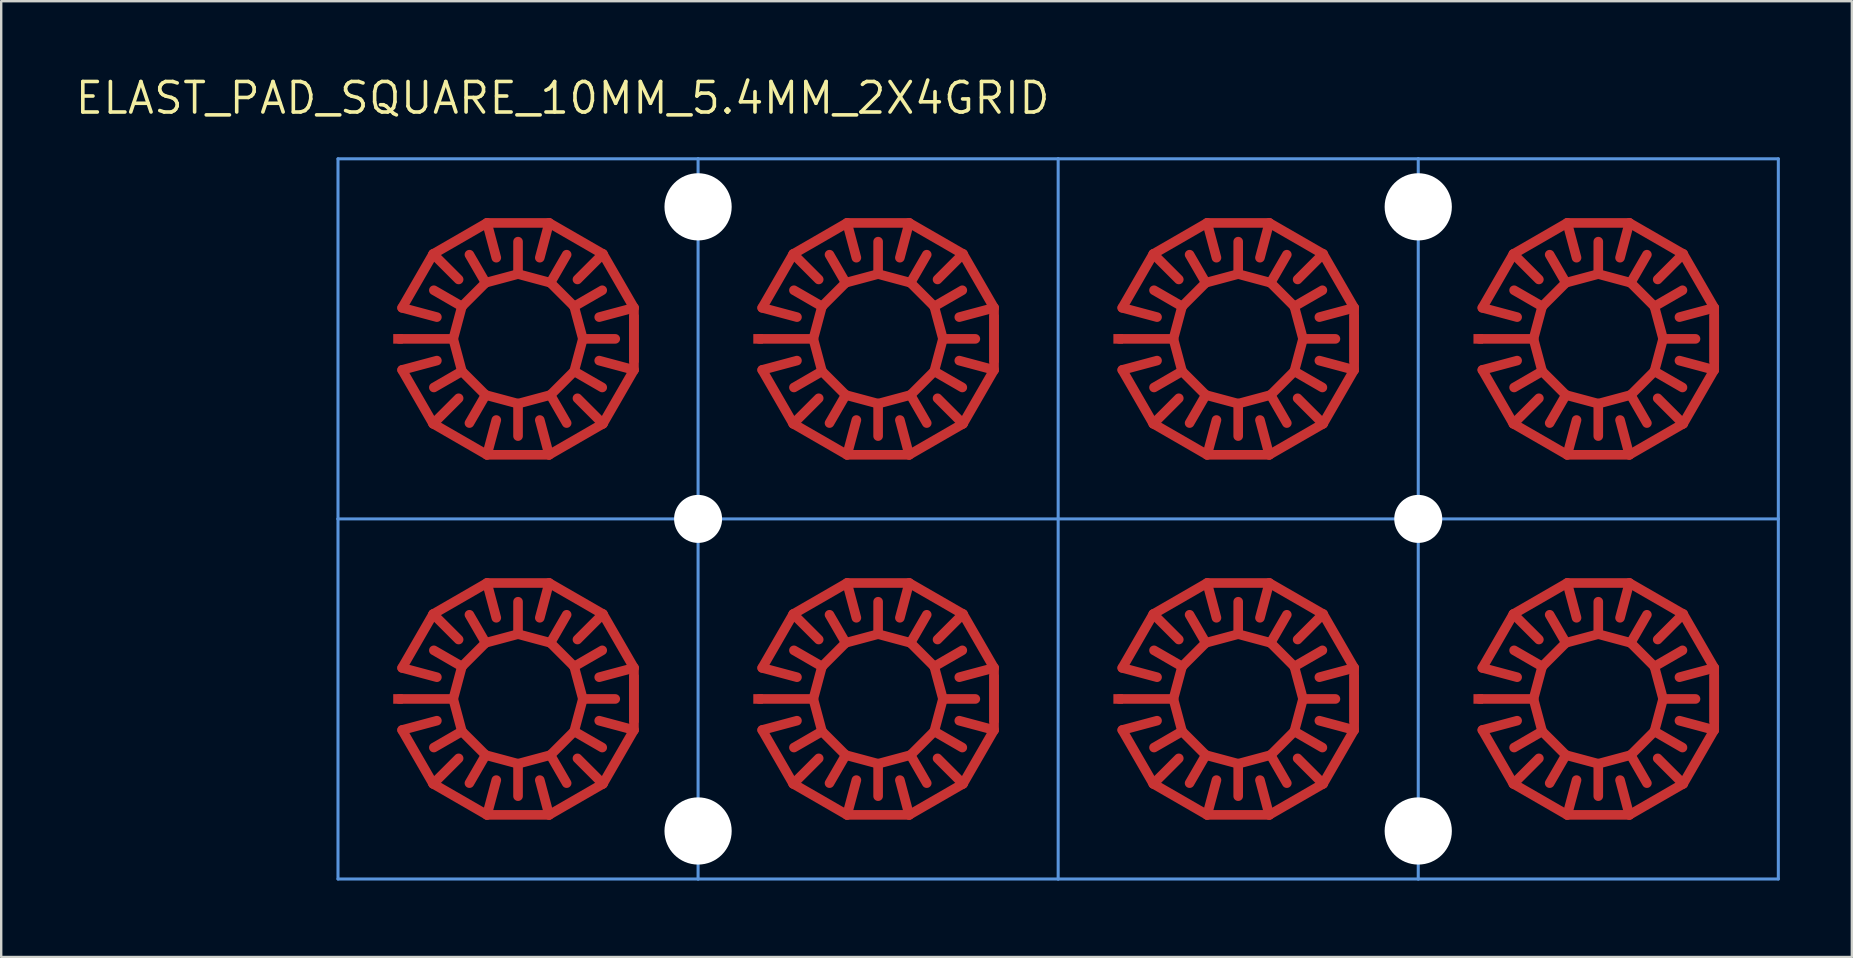
<source format=kicad_pcb>
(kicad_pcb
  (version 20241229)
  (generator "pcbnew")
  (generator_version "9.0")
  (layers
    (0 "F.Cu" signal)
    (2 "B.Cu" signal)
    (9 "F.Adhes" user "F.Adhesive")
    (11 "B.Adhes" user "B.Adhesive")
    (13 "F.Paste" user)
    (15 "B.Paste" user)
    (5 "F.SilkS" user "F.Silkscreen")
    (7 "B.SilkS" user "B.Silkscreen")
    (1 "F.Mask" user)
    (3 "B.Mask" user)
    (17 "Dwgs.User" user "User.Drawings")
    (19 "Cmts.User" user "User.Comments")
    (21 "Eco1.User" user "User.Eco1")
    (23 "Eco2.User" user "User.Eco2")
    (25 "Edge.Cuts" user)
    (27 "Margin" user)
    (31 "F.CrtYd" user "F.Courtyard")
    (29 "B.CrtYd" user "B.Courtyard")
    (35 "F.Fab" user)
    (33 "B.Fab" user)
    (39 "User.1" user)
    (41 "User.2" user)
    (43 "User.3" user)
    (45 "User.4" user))
  (footprint "ELAST_PAD_SQUARE_10MM_5.4MM_2X4GRID"
    (layer "F.Cu")
    (at 41.03 33.566)
    (property "Reference" "ELAST_PAD_SQUARE_10MM_5.4MM_2X4GRID" (at -0.254 -33.274 180) (layer "F.SilkS") (effects (font (size 1.27 1.27) (thickness 0.15)) (justify right top)))
    (attr through_hole)
    (fp_line (start -27.33 -21.206) (end -26.036 -18.964) (stroke (width 0.4) (type solid)) (layer "F.Cu"))
    (fp_line (start -27.33 -6.206) (end -26.036 -3.964) (stroke (width 0.4) (type solid)) (layer "F.Cu"))
    (fp_line (start -26.036 -26.036) (end -27.33 -23.794) (stroke (width 0.4) (type solid)) (layer "F.Cu"))
    (fp_line (start -26.036 -18.964) (end -23.794 -17.67) (stroke (width 0.4) (type solid)) (layer "F.Cu"))
    (fp_line (start -26.036 -11.036) (end -27.33 -8.794) (stroke (width 0.4) (type solid)) (layer "F.Cu"))
    (fp_line (start -26.036 -3.964) (end -23.794 -2.67) (stroke (width 0.4) (type solid)) (layer "F.Cu"))
    (fp_line (start -25.881 -23.406) (end -27.33 -23.794) (stroke (width 0.4) (type solid)) (layer "F.Cu"))
    (fp_line (start -25.881 -21.594) (end -27.33 -21.206) (stroke (width 0.4) (type solid)) (layer "F.Cu"))
    (fp_line (start -25.881 -8.406) (end -27.33 -8.794) (stroke (width 0.4) (type solid)) (layer "F.Cu"))
    (fp_line (start -25.881 -6.594) (end -27.33 -6.206) (stroke (width 0.4) (type solid)) (layer "F.Cu"))
    (fp_line (start -25.2 -22.5) (end -27.45 -22.5) (stroke (width 0.4) (type solid)) (layer "F.Cu"))
    (fp_line (start -25.2 -22.5) (end -24.838 -21.15) (stroke (width 0.4) (type solid)) (layer "F.Cu"))
    (fp_line (start -25.2 -7.5) (end -27.45 -7.5) (stroke (width 0.4) (type solid)) (layer "F.Cu"))
    (fp_line (start -25.2 -7.5) (end -24.838 -6.15) (stroke (width 0.4) (type solid)) (layer "F.Cu"))
    (fp_line (start -24.975 -24.975) (end -26.036 -26.036) (stroke (width 0.4) (type solid)) (layer "F.Cu"))
    (fp_line (start -24.975 -20.025) (end -26.036 -18.964) (stroke (width 0.4) (type solid)) (layer "F.Cu"))
    (fp_line (start -24.975 -9.975) (end -26.036 -11.036) (stroke (width 0.4) (type solid)) (layer "F.Cu"))
    (fp_line (start -24.975 -5.025) (end -26.036 -3.964) (stroke (width 0.4) (type solid)) (layer "F.Cu"))
    (fp_line (start -24.838 -23.85) (end -26.007 -24.525) (stroke (width 0.4) (type solid)) (layer "F.Cu"))
    (fp_line (start -24.838 -23.85) (end -25.2 -22.5) (stroke (width 0.4) (type solid)) (layer "F.Cu"))
    (fp_line (start -24.838 -21.15) (end -26.007 -20.475) (stroke (width 0.4) (type solid)) (layer "F.Cu"))
    (fp_line (start -24.838 -21.15) (end -23.85 -20.162) (stroke (width 0.4) (type solid)) (layer "F.Cu"))
    (fp_line (start -24.838 -8.85) (end -26.007 -9.525) (stroke (width 0.4) (type solid)) (layer "F.Cu"))
    (fp_line (start -24.838 -8.85) (end -25.2 -7.5) (stroke (width 0.4) (type solid)) (layer "F.Cu"))
    (fp_line (start -24.838 -6.15) (end -26.007 -5.475) (stroke (width 0.4) (type solid)) (layer "F.Cu"))
    (fp_line (start -24.838 -6.15) (end -23.85 -5.162) (stroke (width 0.4) (type solid)) (layer "F.Cu"))
    (fp_line (start -23.85 -24.838) (end -24.838 -23.85) (stroke (width 0.4) (type solid)) (layer "F.Cu"))
    (fp_line (start -23.85 -24.838) (end -24.525 -26.007) (stroke (width 0.4) (type solid)) (layer "F.Cu"))
    (fp_line (start -23.85 -20.162) (end -24.525 -18.993) (stroke (width 0.4) (type solid)) (layer "F.Cu"))
    (fp_line (start -23.85 -20.162) (end -22.5 -19.8) (stroke (width 0.4) (type solid)) (layer "F.Cu"))
    (fp_line (start -23.85 -9.838) (end -24.838 -8.85) (stroke (width 0.4) (type solid)) (layer "F.Cu"))
    (fp_line (start -23.85 -9.838) (end -24.525 -11.007) (stroke (width 0.4) (type solid)) (layer "F.Cu"))
    (fp_line (start -23.85 -5.162) (end -24.525 -3.993) (stroke (width 0.4) (type solid)) (layer "F.Cu"))
    (fp_line (start -23.85 -5.162) (end -22.5 -4.8) (stroke (width 0.4) (type solid)) (layer "F.Cu"))
    (fp_line (start -23.794 -27.33) (end -26.036 -26.036) (stroke (width 0.4) (type solid)) (layer "F.Cu"))
    (fp_line (start -23.794 -17.67) (end -21.206 -17.67) (stroke (width 0.4) (type solid)) (layer "F.Cu"))
    (fp_line (start -23.794 -12.33) (end -26.036 -11.036) (stroke (width 0.4) (type solid)) (layer "F.Cu"))
    (fp_line (start -23.794 -2.67) (end -21.206 -2.67) (stroke (width 0.4) (type solid)) (layer "F.Cu"))
    (fp_line (start -23.406 -25.881) (end -23.794 -27.33) (stroke (width 0.4) (type solid)) (layer "F.Cu"))
    (fp_line (start -23.406 -19.119) (end -23.794 -17.67) (stroke (width 0.4) (type solid)) (layer "F.Cu"))
    (fp_line (start -23.406 -10.881) (end -23.794 -12.33) (stroke (width 0.4) (type solid)) (layer "F.Cu"))
    (fp_line (start -23.406 -4.119) (end -23.794 -2.67) (stroke (width 0.4) (type solid)) (layer "F.Cu"))
    (fp_line (start -22.5 -25.2) (end -23.85 -24.838) (stroke (width 0.4) (type solid)) (layer "F.Cu"))
    (fp_line (start -22.5 -25.2) (end -22.5 -26.55) (stroke (width 0.4) (type solid)) (layer "F.Cu"))
    (fp_line (start -22.5 -19.8) (end -22.5 -18.45) (stroke (width 0.4) (type solid)) (layer "F.Cu"))
    (fp_line (start -22.5 -19.8) (end -21.15 -20.162) (stroke (width 0.4) (type solid)) (layer "F.Cu"))
    (fp_line (start -22.5 -10.2) (end -23.85 -9.838) (stroke (width 0.4) (type solid)) (layer "F.Cu"))
    (fp_line (start -22.5 -10.2) (end -22.5 -11.55) (stroke (width 0.4) (type solid)) (layer "F.Cu"))
    (fp_line (start -22.5 -4.8) (end -22.5 -3.45) (stroke (width 0.4) (type solid)) (layer "F.Cu"))
    (fp_line (start -22.5 -4.8) (end -21.15 -5.162) (stroke (width 0.4) (type solid)) (layer "F.Cu"))
    (fp_line (start -21.594 -25.881) (end -21.206 -27.33) (stroke (width 0.4) (type solid)) (layer "F.Cu"))
    (fp_line (start -21.594 -19.119) (end -21.206 -17.67) (stroke (width 0.4) (type solid)) (layer "F.Cu"))
    (fp_line (start -21.594 -10.881) (end -21.206 -12.33) (stroke (width 0.4) (type solid)) (layer "F.Cu"))
    (fp_line (start -21.594 -4.119) (end -21.206 -2.67) (stroke (width 0.4) (type solid)) (layer "F.Cu"))
    (fp_line (start -21.206 -27.33) (end -23.794 -27.33) (stroke (width 0.4) (type solid)) (layer "F.Cu"))
    (fp_line (start -21.206 -17.67) (end -18.964 -18.964) (stroke (width 0.4) (type solid)) (layer "F.Cu"))
    (fp_line (start -21.206 -12.33) (end -23.794 -12.33) (stroke (width 0.4) (type solid)) (layer "F.Cu"))
    (fp_line (start -21.206 -2.67) (end -18.964 -3.964) (stroke (width 0.4) (type solid)) (layer "F.Cu"))
    (fp_line (start -21.15 -24.838) (end -22.5 -25.2) (stroke (width 0.4) (type solid)) (layer "F.Cu"))
    (fp_line (start -21.15 -24.838) (end -20.475 -26.007) (stroke (width 0.4) (type solid)) (layer "F.Cu"))
    (fp_line (start -21.15 -20.162) (end -20.475 -18.993) (stroke (width 0.4) (type solid)) (layer "F.Cu"))
    (fp_line (start -21.15 -20.162) (end -20.162 -21.15) (stroke (width 0.4) (type solid)) (layer "F.Cu"))
    (fp_line (start -21.15 -9.838) (end -22.5 -10.2) (stroke (width 0.4) (type solid)) (layer "F.Cu"))
    (fp_line (start -21.15 -9.838) (end -20.475 -11.007) (stroke (width 0.4) (type solid)) (layer "F.Cu"))
    (fp_line (start -21.15 -5.162) (end -20.475 -3.993) (stroke (width 0.4) (type solid)) (layer "F.Cu"))
    (fp_line (start -21.15 -5.162) (end -20.162 -6.15) (stroke (width 0.4) (type solid)) (layer "F.Cu"))
    (fp_line (start -20.162 -23.85) (end -21.15 -24.838) (stroke (width 0.4) (type solid)) (layer "F.Cu"))
    (fp_line (start -20.162 -23.85) (end -18.993 -24.525) (stroke (width 0.4) (type solid)) (layer "F.Cu"))
    (fp_line (start -20.162 -21.15) (end -19.8 -22.5) (stroke (width 0.4) (type solid)) (layer "F.Cu"))
    (fp_line (start -20.162 -21.15) (end -18.993 -20.475) (stroke (width 0.4) (type solid)) (layer "F.Cu"))
    (fp_line (start -20.162 -8.85) (end -21.15 -9.838) (stroke (width 0.4) (type solid)) (layer "F.Cu"))
    (fp_line (start -20.162 -8.85) (end -18.993 -9.525) (stroke (width 0.4) (type solid)) (layer "F.Cu"))
    (fp_line (start -20.162 -6.15) (end -19.8 -7.5) (stroke (width 0.4) (type solid)) (layer "F.Cu"))
    (fp_line (start -20.162 -6.15) (end -18.993 -5.475) (stroke (width 0.4) (type solid)) (layer "F.Cu"))
    (fp_line (start -20.025 -24.975) (end -18.964 -26.036) (stroke (width 0.4) (type solid)) (layer "F.Cu"))
    (fp_line (start -20.025 -20.025) (end -18.964 -18.964) (stroke (width 0.4) (type solid)) (layer "F.Cu"))
    (fp_line (start -20.025 -9.975) (end -18.964 -11.036) (stroke (width 0.4) (type solid)) (layer "F.Cu"))
    (fp_line (start -20.025 -5.025) (end -18.964 -3.964) (stroke (width 0.4) (type solid)) (layer "F.Cu"))
    (fp_line (start -19.8 -22.5) (end -20.162 -23.85) (stroke (width 0.4) (type solid)) (layer "F.Cu"))
    (fp_line (start -19.8 -22.5) (end -18.45 -22.5) (stroke (width 0.4) (type solid)) (layer "F.Cu"))
    (fp_line (start -19.8 -7.5) (end -20.162 -8.85) (stroke (width 0.4) (type solid)) (layer "F.Cu"))
    (fp_line (start -19.8 -7.5) (end -18.45 -7.5) (stroke (width 0.4) (type solid)) (layer "F.Cu"))
    (fp_line (start -19.119 -23.406) (end -17.67 -23.794) (stroke (width 0.4) (type solid)) (layer "F.Cu"))
    (fp_line (start -19.119 -21.594) (end -17.67 -21.206) (stroke (width 0.4) (type solid)) (layer "F.Cu"))
    (fp_line (start -19.119 -8.406) (end -17.67 -8.794) (stroke (width 0.4) (type solid)) (layer "F.Cu"))
    (fp_line (start -19.119 -6.594) (end -17.67 -6.206) (stroke (width 0.4) (type solid)) (layer "F.Cu"))
    (fp_line (start -18.964 -26.036) (end -21.206 -27.33) (stroke (width 0.4) (type solid)) (layer "F.Cu"))
    (fp_line (start -18.964 -18.964) (end -17.67 -21.206) (stroke (width 0.4) (type solid)) (layer "F.Cu"))
    (fp_line (start -18.964 -11.036) (end -21.206 -12.33) (stroke (width 0.4) (type solid)) (layer "F.Cu"))
    (fp_line (start -18.964 -3.964) (end -17.67 -6.206) (stroke (width 0.4) (type solid)) (layer "F.Cu"))
    (fp_line (start -17.67 -23.794) (end -18.964 -26.036) (stroke (width 0.4) (type solid)) (layer "F.Cu"))
    (fp_line (start -17.67 -21.206) (end -17.67 -23.794) (stroke (width 0.4) (type solid)) (layer "F.Cu"))
    (fp_line (start -17.67 -8.794) (end -18.964 -11.036) (stroke (width 0.4) (type solid)) (layer "F.Cu"))
    (fp_line (start -17.67 -6.206) (end -17.67 -8.794) (stroke (width 0.4) (type solid)) (layer "F.Cu"))
    (fp_line (start -12.33 -21.206) (end -11.036 -18.964) (stroke (width 0.4) (type solid)) (layer "F.Cu"))
    (fp_line (start -12.33 -6.206) (end -11.036 -3.964) (stroke (width 0.4) (type solid)) (layer "F.Cu"))
    (fp_line (start -11.036 -26.036) (end -12.33 -23.794) (stroke (width 0.4) (type solid)) (layer "F.Cu"))
    (fp_line (start -11.036 -18.964) (end -8.794 -17.67) (stroke (width 0.4) (type solid)) (layer "F.Cu"))
    (fp_line (start -11.036 -11.036) (end -12.33 -8.794) (stroke (width 0.4) (type solid)) (layer "F.Cu"))
    (fp_line (start -11.036 -3.964) (end -8.794 -2.67) (stroke (width 0.4) (type solid)) (layer "F.Cu"))
    (fp_line (start -10.881 -23.406) (end -12.33 -23.794) (stroke (width 0.4) (type solid)) (layer "F.Cu"))
    (fp_line (start -10.881 -21.594) (end -12.33 -21.206) (stroke (width 0.4) (type solid)) (layer "F.Cu"))
    (fp_line (start -10.881 -8.406) (end -12.33 -8.794) (stroke (width 0.4) (type solid)) (layer "F.Cu"))
    (fp_line (start -10.881 -6.594) (end -12.33 -6.206) (stroke (width 0.4) (type solid)) (layer "F.Cu"))
    (fp_line (start -10.2 -22.5) (end -12.45 -22.5) (stroke (width 0.4) (type solid)) (layer "F.Cu"))
    (fp_line (start -10.2 -22.5) (end -9.838 -21.15) (stroke (width 0.4) (type solid)) (layer "F.Cu"))
    (fp_line (start -10.2 -7.5) (end -12.45 -7.5) (stroke (width 0.4) (type solid)) (layer "F.Cu"))
    (fp_line (start -10.2 -7.5) (end -9.838 -6.15) (stroke (width 0.4) (type solid)) (layer "F.Cu"))
    (fp_line (start -9.975 -24.975) (end -11.036 -26.036) (stroke (width 0.4) (type solid)) (layer "F.Cu"))
    (fp_line (start -9.975 -20.025) (end -11.036 -18.964) (stroke (width 0.4) (type solid)) (layer "F.Cu"))
    (fp_line (start -9.975 -9.975) (end -11.036 -11.036) (stroke (width 0.4) (type solid)) (layer "F.Cu"))
    (fp_line (start -9.975 -5.025) (end -11.036 -3.964) (stroke (width 0.4) (type solid)) (layer "F.Cu"))
    (fp_line (start -9.838 -23.85) (end -11.007 -24.525) (stroke (width 0.4) (type solid)) (layer "F.Cu"))
    (fp_line (start -9.838 -23.85) (end -10.2 -22.5) (stroke (width 0.4) (type solid)) (layer "F.Cu"))
    (fp_line (start -9.838 -21.15) (end -11.007 -20.475) (stroke (width 0.4) (type solid)) (layer "F.Cu"))
    (fp_line (start -9.838 -21.15) (end -8.85 -20.162) (stroke (width 0.4) (type solid)) (layer "F.Cu"))
    (fp_line (start -9.838 -8.85) (end -11.007 -9.525) (stroke (width 0.4) (type solid)) (layer "F.Cu"))
    (fp_line (start -9.838 -8.85) (end -10.2 -7.5) (stroke (width 0.4) (type solid)) (layer "F.Cu"))
    (fp_line (start -9.838 -6.15) (end -11.007 -5.475) (stroke (width 0.4) (type solid)) (layer "F.Cu"))
    (fp_line (start -9.838 -6.15) (end -8.85 -5.162) (stroke (width 0.4) (type solid)) (layer "F.Cu"))
    (fp_line (start -8.85 -24.838) (end -9.838 -23.85) (stroke (width 0.4) (type solid)) (layer "F.Cu"))
    (fp_line (start -8.85 -24.838) (end -9.525 -26.007) (stroke (width 0.4) (type solid)) (layer "F.Cu"))
    (fp_line (start -8.85 -20.162) (end -9.525 -18.993) (stroke (width 0.4) (type solid)) (layer "F.Cu"))
    (fp_line (start -8.85 -20.162) (end -7.5 -19.8) (stroke (width 0.4) (type solid)) (layer "F.Cu"))
    (fp_line (start -8.85 -9.838) (end -9.838 -8.85) (stroke (width 0.4) (type solid)) (layer "F.Cu"))
    (fp_line (start -8.85 -9.838) (end -9.525 -11.007) (stroke (width 0.4) (type solid)) (layer "F.Cu"))
    (fp_line (start -8.85 -5.162) (end -9.525 -3.993) (stroke (width 0.4) (type solid)) (layer "F.Cu"))
    (fp_line (start -8.85 -5.162) (end -7.5 -4.8) (stroke (width 0.4) (type solid)) (layer "F.Cu"))
    (fp_line (start -8.794 -27.33) (end -11.036 -26.036) (stroke (width 0.4) (type solid)) (layer "F.Cu"))
    (fp_line (start -8.794 -17.67) (end -6.206 -17.67) (stroke (width 0.4) (type solid)) (layer "F.Cu"))
    (fp_line (start -8.794 -12.33) (end -11.036 -11.036) (stroke (width 0.4) (type solid)) (layer "F.Cu"))
    (fp_line (start -8.794 -2.67) (end -6.206 -2.67) (stroke (width 0.4) (type solid)) (layer "F.Cu"))
    (fp_line (start -8.406 -25.881) (end -8.794 -27.33) (stroke (width 0.4) (type solid)) (layer "F.Cu"))
    (fp_line (start -8.406 -19.119) (end -8.794 -17.67) (stroke (width 0.4) (type solid)) (layer "F.Cu"))
    (fp_line (start -8.406 -10.881) (end -8.794 -12.33) (stroke (width 0.4) (type solid)) (layer "F.Cu"))
    (fp_line (start -8.406 -4.119) (end -8.794 -2.67) (stroke (width 0.4) (type solid)) (layer "F.Cu"))
    (fp_line (start -7.5 -25.2) (end -8.85 -24.838) (stroke (width 0.4) (type solid)) (layer "F.Cu"))
    (fp_line (start -7.5 -25.2) (end -7.5 -26.55) (stroke (width 0.4) (type solid)) (layer "F.Cu"))
    (fp_line (start -7.5 -19.8) (end -7.5 -18.45) (stroke (width 0.4) (type solid)) (layer "F.Cu"))
    (fp_line (start -7.5 -19.8) (end -6.15 -20.162) (stroke (width 0.4) (type solid)) (layer "F.Cu"))
    (fp_line (start -7.5 -10.2) (end -8.85 -9.838) (stroke (width 0.4) (type solid)) (layer "F.Cu"))
    (fp_line (start -7.5 -10.2) (end -7.5 -11.55) (stroke (width 0.4) (type solid)) (layer "F.Cu"))
    (fp_line (start -7.5 -4.8) (end -7.5 -3.45) (stroke (width 0.4) (type solid)) (layer "F.Cu"))
    (fp_line (start -7.5 -4.8) (end -6.15 -5.162) (stroke (width 0.4) (type solid)) (layer "F.Cu"))
    (fp_line (start -6.594 -25.881) (end -6.206 -27.33) (stroke (width 0.4) (type solid)) (layer "F.Cu"))
    (fp_line (start -6.594 -19.119) (end -6.206 -17.67) (stroke (width 0.4) (type solid)) (layer "F.Cu"))
    (fp_line (start -6.594 -10.881) (end -6.206 -12.33) (stroke (width 0.4) (type solid)) (layer "F.Cu"))
    (fp_line (start -6.594 -4.119) (end -6.206 -2.67) (stroke (width 0.4) (type solid)) (layer "F.Cu"))
    (fp_line (start -6.206 -27.33) (end -8.794 -27.33) (stroke (width 0.4) (type solid)) (layer "F.Cu"))
    (fp_line (start -6.206 -17.67) (end -3.964 -18.964) (stroke (width 0.4) (type solid)) (layer "F.Cu"))
    (fp_line (start -6.206 -12.33) (end -8.794 -12.33) (stroke (width 0.4) (type solid)) (layer "F.Cu"))
    (fp_line (start -6.206 -2.67) (end -3.964 -3.964) (stroke (width 0.4) (type solid)) (layer "F.Cu"))
    (fp_line (start -6.15 -24.838) (end -7.5 -25.2) (stroke (width 0.4) (type solid)) (layer "F.Cu"))
    (fp_line (start -6.15 -24.838) (end -5.475 -26.007) (stroke (width 0.4) (type solid)) (layer "F.Cu"))
    (fp_line (start -6.15 -20.162) (end -5.475 -18.993) (stroke (width 0.4) (type solid)) (layer "F.Cu"))
    (fp_line (start -6.15 -20.162) (end -5.162 -21.15) (stroke (width 0.4) (type solid)) (layer "F.Cu"))
    (fp_line (start -6.15 -9.838) (end -7.5 -10.2) (stroke (width 0.4) (type solid)) (layer "F.Cu"))
    (fp_line (start -6.15 -9.838) (end -5.475 -11.007) (stroke (width 0.4) (type solid)) (layer "F.Cu"))
    (fp_line (start -6.15 -5.162) (end -5.475 -3.993) (stroke (width 0.4) (type solid)) (layer "F.Cu"))
    (fp_line (start -6.15 -5.162) (end -5.162 -6.15) (stroke (width 0.4) (type solid)) (layer "F.Cu"))
    (fp_line (start -5.162 -23.85) (end -6.15 -24.838) (stroke (width 0.4) (type solid)) (layer "F.Cu"))
    (fp_line (start -5.162 -23.85) (end -3.993 -24.525) (stroke (width 0.4) (type solid)) (layer "F.Cu"))
    (fp_line (start -5.162 -21.15) (end -4.8 -22.5) (stroke (width 0.4) (type solid)) (layer "F.Cu"))
    (fp_line (start -5.162 -21.15) (end -3.993 -20.475) (stroke (width 0.4) (type solid)) (layer "F.Cu"))
    (fp_line (start -5.162 -8.85) (end -6.15 -9.838) (stroke (width 0.4) (type solid)) (layer "F.Cu"))
    (fp_line (start -5.162 -8.85) (end -3.993 -9.525) (stroke (width 0.4) (type solid)) (layer "F.Cu"))
    (fp_line (start -5.162 -6.15) (end -4.8 -7.5) (stroke (width 0.4) (type solid)) (layer "F.Cu"))
    (fp_line (start -5.162 -6.15) (end -3.993 -5.475) (stroke (width 0.4) (type solid)) (layer "F.Cu"))
    (fp_line (start -5.025 -24.975) (end -3.964 -26.036) (stroke (width 0.4) (type solid)) (layer "F.Cu"))
    (fp_line (start -5.025 -20.025) (end -3.964 -18.964) (stroke (width 0.4) (type solid)) (layer "F.Cu"))
    (fp_line (start -5.025 -9.975) (end -3.964 -11.036) (stroke (width 0.4) (type solid)) (layer "F.Cu"))
    (fp_line (start -5.025 -5.025) (end -3.964 -3.964) (stroke (width 0.4) (type solid)) (layer "F.Cu"))
    (fp_line (start -4.8 -22.5) (end -5.162 -23.85) (stroke (width 0.4) (type solid)) (layer "F.Cu"))
    (fp_line (start -4.8 -22.5) (end -3.45 -22.5) (stroke (width 0.4) (type solid)) (layer "F.Cu"))
    (fp_line (start -4.8 -7.5) (end -5.162 -8.85) (stroke (width 0.4) (type solid)) (layer "F.Cu"))
    (fp_line (start -4.8 -7.5) (end -3.45 -7.5) (stroke (width 0.4) (type solid)) (layer "F.Cu"))
    (fp_line (start -4.119 -23.406) (end -2.67 -23.794) (stroke (width 0.4) (type solid)) (layer "F.Cu"))
    (fp_line (start -4.119 -21.594) (end -2.67 -21.206) (stroke (width 0.4) (type solid)) (layer "F.Cu"))
    (fp_line (start -4.119 -8.406) (end -2.67 -8.794) (stroke (width 0.4) (type solid)) (layer "F.Cu"))
    (fp_line (start -4.119 -6.594) (end -2.67 -6.206) (stroke (width 0.4) (type solid)) (layer "F.Cu"))
    (fp_line (start -3.964 -26.036) (end -6.206 -27.33) (stroke (width 0.4) (type solid)) (layer "F.Cu"))
    (fp_line (start -3.964 -18.964) (end -2.67 -21.206) (stroke (width 0.4) (type solid)) (layer "F.Cu"))
    (fp_line (start -3.964 -11.036) (end -6.206 -12.33) (stroke (width 0.4) (type solid)) (layer "F.Cu"))
    (fp_line (start -3.964 -3.964) (end -2.67 -6.206) (stroke (width 0.4) (type solid)) (layer "F.Cu"))
    (fp_line (start -2.67 -23.794) (end -3.964 -26.036) (stroke (width 0.4) (type solid)) (layer "F.Cu"))
    (fp_line (start -2.67 -21.206) (end -2.67 -23.794) (stroke (width 0.4) (type solid)) (layer "F.Cu"))
    (fp_line (start -2.67 -8.794) (end -3.964 -11.036) (stroke (width 0.4) (type solid)) (layer "F.Cu"))
    (fp_line (start -2.67 -6.206) (end -2.67 -8.794) (stroke (width 0.4) (type solid)) (layer "F.Cu"))
    (fp_line (start 2.67 -21.206) (end 3.964 -18.964) (stroke (width 0.4) (type solid)) (layer "F.Cu"))
    (fp_line (start 2.67 -6.206) (end 3.964 -3.964) (stroke (width 0.4) (type solid)) (layer "F.Cu"))
    (fp_line (start 3.964 -26.036) (end 2.67 -23.794) (stroke (width 0.4) (type solid)) (layer "F.Cu"))
    (fp_line (start 3.964 -18.964) (end 6.206 -17.67) (stroke (width 0.4) (type solid)) (layer "F.Cu"))
    (fp_line (start 3.964 -11.036) (end 2.67 -8.794) (stroke (width 0.4) (type solid)) (layer "F.Cu"))
    (fp_line (start 3.964 -3.964) (end 6.206 -2.67) (stroke (width 0.4) (type solid)) (layer "F.Cu"))
    (fp_line (start 4.119 -23.406) (end 2.67 -23.794) (stroke (width 0.4) (type solid)) (layer "F.Cu"))
    (fp_line (start 4.119 -21.594) (end 2.67 -21.206) (stroke (width 0.4) (type solid)) (layer "F.Cu"))
    (fp_line (start 4.119 -8.406) (end 2.67 -8.794) (stroke (width 0.4) (type solid)) (layer "F.Cu"))
    (fp_line (start 4.119 -6.594) (end 2.67 -6.206) (stroke (width 0.4) (type solid)) (layer "F.Cu"))
    (fp_line (start 4.8 -22.5) (end 2.55 -22.5) (stroke (width 0.4) (type solid)) (layer "F.Cu"))
    (fp_line (start 4.8 -22.5) (end 5.162 -21.15) (stroke (width 0.4) (type solid)) (layer "F.Cu"))
    (fp_line (start 4.8 -7.5) (end 2.55 -7.5) (stroke (width 0.4) (type solid)) (layer "F.Cu"))
    (fp_line (start 4.8 -7.5) (end 5.162 -6.15) (stroke (width 0.4) (type solid)) (layer "F.Cu"))
    (fp_line (start 5.025 -24.975) (end 3.964 -26.036) (stroke (width 0.4) (type solid)) (layer "F.Cu"))
    (fp_line (start 5.025 -20.025) (end 3.964 -18.964) (stroke (width 0.4) (type solid)) (layer "F.Cu"))
    (fp_line (start 5.025 -9.975) (end 3.964 -11.036) (stroke (width 0.4) (type solid)) (layer "F.Cu"))
    (fp_line (start 5.025 -5.025) (end 3.964 -3.964) (stroke (width 0.4) (type solid)) (layer "F.Cu"))
    (fp_line (start 5.162 -23.85) (end 3.993 -24.525) (stroke (width 0.4) (type solid)) (layer "F.Cu"))
    (fp_line (start 5.162 -23.85) (end 4.8 -22.5) (stroke (width 0.4) (type solid)) (layer "F.Cu"))
    (fp_line (start 5.162 -21.15) (end 3.993 -20.475) (stroke (width 0.4) (type solid)) (layer "F.Cu"))
    (fp_line (start 5.162 -21.15) (end 6.15 -20.162) (stroke (width 0.4) (type solid)) (layer "F.Cu"))
    (fp_line (start 5.162 -8.85) (end 3.993 -9.525) (stroke (width 0.4) (type solid)) (layer "F.Cu"))
    (fp_line (start 5.162 -8.85) (end 4.8 -7.5) (stroke (width 0.4) (type solid)) (layer "F.Cu"))
    (fp_line (start 5.162 -6.15) (end 3.993 -5.475) (stroke (width 0.4) (type solid)) (layer "F.Cu"))
    (fp_line (start 5.162 -6.15) (end 6.15 -5.162) (stroke (width 0.4) (type solid)) (layer "F.Cu"))
    (fp_line (start 6.15 -24.838) (end 5.162 -23.85) (stroke (width 0.4) (type solid)) (layer "F.Cu"))
    (fp_line (start 6.15 -24.838) (end 5.475 -26.007) (stroke (width 0.4) (type solid)) (layer "F.Cu"))
    (fp_line (start 6.15 -20.162) (end 5.475 -18.993) (stroke (width 0.4) (type solid)) (layer "F.Cu"))
    (fp_line (start 6.15 -20.162) (end 7.5 -19.8) (stroke (width 0.4) (type solid)) (layer "F.Cu"))
    (fp_line (start 6.15 -9.838) (end 5.162 -8.85) (stroke (width 0.4) (type solid)) (layer "F.Cu"))
    (fp_line (start 6.15 -9.838) (end 5.475 -11.007) (stroke (width 0.4) (type solid)) (layer "F.Cu"))
    (fp_line (start 6.15 -5.162) (end 5.475 -3.993) (stroke (width 0.4) (type solid)) (layer "F.Cu"))
    (fp_line (start 6.15 -5.162) (end 7.5 -4.8) (stroke (width 0.4) (type solid)) (layer "F.Cu"))
    (fp_line (start 6.206 -27.33) (end 3.964 -26.036) (stroke (width 0.4) (type solid)) (layer "F.Cu"))
    (fp_line (start 6.206 -17.67) (end 8.794 -17.67) (stroke (width 0.4) (type solid)) (layer "F.Cu"))
    (fp_line (start 6.206 -12.33) (end 3.964 -11.036) (stroke (width 0.4) (type solid)) (layer "F.Cu"))
    (fp_line (start 6.206 -2.67) (end 8.794 -2.67) (stroke (width 0.4) (type solid)) (layer "F.Cu"))
    (fp_line (start 6.594 -25.881) (end 6.206 -27.33) (stroke (width 0.4) (type solid)) (layer "F.Cu"))
    (fp_line (start 6.594 -19.119) (end 6.206 -17.67) (stroke (width 0.4) (type solid)) (layer "F.Cu"))
    (fp_line (start 6.594 -10.881) (end 6.206 -12.33) (stroke (width 0.4) (type solid)) (layer "F.Cu"))
    (fp_line (start 6.594 -4.119) (end 6.206 -2.67) (stroke (width 0.4) (type solid)) (layer "F.Cu"))
    (fp_line (start 7.5 -25.2) (end 6.15 -24.838) (stroke (width 0.4) (type solid)) (layer "F.Cu"))
    (fp_line (start 7.5 -25.2) (end 7.5 -26.55) (stroke (width 0.4) (type solid)) (layer "F.Cu"))
    (fp_line (start 7.5 -19.8) (end 7.5 -18.45) (stroke (width 0.4) (type solid)) (layer "F.Cu"))
    (fp_line (start 7.5 -19.8) (end 8.85 -20.162) (stroke (width 0.4) (type solid)) (layer "F.Cu"))
    (fp_line (start 7.5 -10.2) (end 6.15 -9.838) (stroke (width 0.4) (type solid)) (layer "F.Cu"))
    (fp_line (start 7.5 -10.2) (end 7.5 -11.55) (stroke (width 0.4) (type solid)) (layer "F.Cu"))
    (fp_line (start 7.5 -4.8) (end 7.5 -3.45) (stroke (width 0.4) (type solid)) (layer "F.Cu"))
    (fp_line (start 7.5 -4.8) (end 8.85 -5.162) (stroke (width 0.4) (type solid)) (layer "F.Cu"))
    (fp_line (start 8.406 -25.881) (end 8.794 -27.33) (stroke (width 0.4) (type solid)) (layer "F.Cu"))
    (fp_line (start 8.406 -19.119) (end 8.794 -17.67) (stroke (width 0.4) (type solid)) (layer "F.Cu"))
    (fp_line (start 8.406 -10.881) (end 8.794 -12.33) (stroke (width 0.4) (type solid)) (layer "F.Cu"))
    (fp_line (start 8.406 -4.119) (end 8.794 -2.67) (stroke (width 0.4) (type solid)) (layer "F.Cu"))
    (fp_line (start 8.794 -27.33) (end 6.206 -27.33) (stroke (width 0.4) (type solid)) (layer "F.Cu"))
    (fp_line (start 8.794 -17.67) (end 11.036 -18.964) (stroke (width 0.4) (type solid)) (layer "F.Cu"))
    (fp_line (start 8.794 -12.33) (end 6.206 -12.33) (stroke (width 0.4) (type solid)) (layer "F.Cu"))
    (fp_line (start 8.794 -2.67) (end 11.036 -3.964) (stroke (width 0.4) (type solid)) (layer "F.Cu"))
    (fp_line (start 8.85 -24.838) (end 7.5 -25.2) (stroke (width 0.4) (type solid)) (layer "F.Cu"))
    (fp_line (start 8.85 -24.838) (end 9.525 -26.007) (stroke (width 0.4) (type solid)) (layer "F.Cu"))
    (fp_line (start 8.85 -20.162) (end 9.525 -18.993) (stroke (width 0.4) (type solid)) (layer "F.Cu"))
    (fp_line (start 8.85 -20.162) (end 9.838 -21.15) (stroke (width 0.4) (type solid)) (layer "F.Cu"))
    (fp_line (start 8.85 -9.838) (end 7.5 -10.2) (stroke (width 0.4) (type solid)) (layer "F.Cu"))
    (fp_line (start 8.85 -9.838) (end 9.525 -11.007) (stroke (width 0.4) (type solid)) (layer "F.Cu"))
    (fp_line (start 8.85 -5.162) (end 9.525 -3.993) (stroke (width 0.4) (type solid)) (layer "F.Cu"))
    (fp_line (start 8.85 -5.162) (end 9.838 -6.15) (stroke (width 0.4) (type solid)) (layer "F.Cu"))
    (fp_line (start 9.838 -23.85) (end 8.85 -24.838) (stroke (width 0.4) (type solid)) (layer "F.Cu"))
    (fp_line (start 9.838 -23.85) (end 11.007 -24.525) (stroke (width 0.4) (type solid)) (layer "F.Cu"))
    (fp_line (start 9.838 -21.15) (end 10.2 -22.5) (stroke (width 0.4) (type solid)) (layer "F.Cu"))
    (fp_line (start 9.838 -21.15) (end 11.007 -20.475) (stroke (width 0.4) (type solid)) (layer "F.Cu"))
    (fp_line (start 9.838 -8.85) (end 8.85 -9.838) (stroke (width 0.4) (type solid)) (layer "F.Cu"))
    (fp_line (start 9.838 -8.85) (end 11.007 -9.525) (stroke (width 0.4) (type solid)) (layer "F.Cu"))
    (fp_line (start 9.838 -6.15) (end 10.2 -7.5) (stroke (width 0.4) (type solid)) (layer "F.Cu"))
    (fp_line (start 9.838 -6.15) (end 11.007 -5.475) (stroke (width 0.4) (type solid)) (layer "F.Cu"))
    (fp_line (start 9.975 -24.975) (end 11.036 -26.036) (stroke (width 0.4) (type solid)) (layer "F.Cu"))
    (fp_line (start 9.975 -20.025) (end 11.036 -18.964) (stroke (width 0.4) (type solid)) (layer "F.Cu"))
    (fp_line (start 9.975 -9.975) (end 11.036 -11.036) (stroke (width 0.4) (type solid)) (layer "F.Cu"))
    (fp_line (start 9.975 -5.025) (end 11.036 -3.964) (stroke (width 0.4) (type solid)) (layer "F.Cu"))
    (fp_line (start 10.2 -22.5) (end 9.838 -23.85) (stroke (width 0.4) (type solid)) (layer "F.Cu"))
    (fp_line (start 10.2 -22.5) (end 11.55 -22.5) (stroke (width 0.4) (type solid)) (layer "F.Cu"))
    (fp_line (start 10.2 -7.5) (end 9.838 -8.85) (stroke (width 0.4) (type solid)) (layer "F.Cu"))
    (fp_line (start 10.2 -7.5) (end 11.55 -7.5) (stroke (width 0.4) (type solid)) (layer "F.Cu"))
    (fp_line (start 10.881 -23.406) (end 12.33 -23.794) (stroke (width 0.4) (type solid)) (layer "F.Cu"))
    (fp_line (start 10.881 -21.594) (end 12.33 -21.206) (stroke (width 0.4) (type solid)) (layer "F.Cu"))
    (fp_line (start 10.881 -8.406) (end 12.33 -8.794) (stroke (width 0.4) (type solid)) (layer "F.Cu"))
    (fp_line (start 10.881 -6.594) (end 12.33 -6.206) (stroke (width 0.4) (type solid)) (layer "F.Cu"))
    (fp_line (start 11.036 -26.036) (end 8.794 -27.33) (stroke (width 0.4) (type solid)) (layer "F.Cu"))
    (fp_line (start 11.036 -18.964) (end 12.33 -21.206) (stroke (width 0.4) (type solid)) (layer "F.Cu"))
    (fp_line (start 11.036 -11.036) (end 8.794 -12.33) (stroke (width 0.4) (type solid)) (layer "F.Cu"))
    (fp_line (start 11.036 -3.964) (end 12.33 -6.206) (stroke (width 0.4) (type solid)) (layer "F.Cu"))
    (fp_line (start 12.33 -23.794) (end 11.036 -26.036) (stroke (width 0.4) (type solid)) (layer "F.Cu"))
    (fp_line (start 12.33 -21.206) (end 12.33 -23.794) (stroke (width 0.4) (type solid)) (layer "F.Cu"))
    (fp_line (start 12.33 -8.794) (end 11.036 -11.036) (stroke (width 0.4) (type solid)) (layer "F.Cu"))
    (fp_line (start 12.33 -6.206) (end 12.33 -8.794) (stroke (width 0.4) (type solid)) (layer "F.Cu"))
    (fp_line (start 17.67 -21.206) (end 18.964 -18.964) (stroke (width 0.4) (type solid)) (layer "F.Cu"))
    (fp_line (start 17.67 -6.206) (end 18.964 -3.964) (stroke (width 0.4) (type solid)) (layer "F.Cu"))
    (fp_line (start 18.964 -26.036) (end 17.67 -23.794) (stroke (width 0.4) (type solid)) (layer "F.Cu"))
    (fp_line (start 18.964 -18.964) (end 21.206 -17.67) (stroke (width 0.4) (type solid)) (layer "F.Cu"))
    (fp_line (start 18.964 -11.036) (end 17.67 -8.794) (stroke (width 0.4) (type solid)) (layer "F.Cu"))
    (fp_line (start 18.964 -3.964) (end 21.206 -2.67) (stroke (width 0.4) (type solid)) (layer "F.Cu"))
    (fp_line (start 19.119 -23.406) (end 17.67 -23.794) (stroke (width 0.4) (type solid)) (layer "F.Cu"))
    (fp_line (start 19.119 -21.594) (end 17.67 -21.206) (stroke (width 0.4) (type solid)) (layer "F.Cu"))
    (fp_line (start 19.119 -8.406) (end 17.67 -8.794) (stroke (width 0.4) (type solid)) (layer "F.Cu"))
    (fp_line (start 19.119 -6.594) (end 17.67 -6.206) (stroke (width 0.4) (type solid)) (layer "F.Cu"))
    (fp_line (start 19.8 -22.5) (end 17.55 -22.5) (stroke (width 0.4) (type solid)) (layer "F.Cu"))
    (fp_line (start 19.8 -22.5) (end 20.162 -21.15) (stroke (width 0.4) (type solid)) (layer "F.Cu"))
    (fp_line (start 19.8 -7.5) (end 17.55 -7.5) (stroke (width 0.4) (type solid)) (layer "F.Cu"))
    (fp_line (start 19.8 -7.5) (end 20.162 -6.15) (stroke (width 0.4) (type solid)) (layer "F.Cu"))
    (fp_line (start 20.025 -24.975) (end 18.964 -26.036) (stroke (width 0.4) (type solid)) (layer "F.Cu"))
    (fp_line (start 20.025 -20.025) (end 18.964 -18.964) (stroke (width 0.4) (type solid)) (layer "F.Cu"))
    (fp_line (start 20.025 -9.975) (end 18.964 -11.036) (stroke (width 0.4) (type solid)) (layer "F.Cu"))
    (fp_line (start 20.025 -5.025) (end 18.964 -3.964) (stroke (width 0.4) (type solid)) (layer "F.Cu"))
    (fp_line (start 20.162 -23.85) (end 18.993 -24.525) (stroke (width 0.4) (type solid)) (layer "F.Cu"))
    (fp_line (start 20.162 -23.85) (end 19.8 -22.5) (stroke (width 0.4) (type solid)) (layer "F.Cu"))
    (fp_line (start 20.162 -21.15) (end 18.993 -20.475) (stroke (width 0.4) (type solid)) (layer "F.Cu"))
    (fp_line (start 20.162 -21.15) (end 21.15 -20.162) (stroke (width 0.4) (type solid)) (layer "F.Cu"))
    (fp_line (start 20.162 -8.85) (end 18.993 -9.525) (stroke (width 0.4) (type solid)) (layer "F.Cu"))
    (fp_line (start 20.162 -8.85) (end 19.8 -7.5) (stroke (width 0.4) (type solid)) (layer "F.Cu"))
    (fp_line (start 20.162 -6.15) (end 18.993 -5.475) (stroke (width 0.4) (type solid)) (layer "F.Cu"))
    (fp_line (start 20.162 -6.15) (end 21.15 -5.162) (stroke (width 0.4) (type solid)) (layer "F.Cu"))
    (fp_line (start 21.15 -24.838) (end 20.162 -23.85) (stroke (width 0.4) (type solid)) (layer "F.Cu"))
    (fp_line (start 21.15 -24.838) (end 20.475 -26.007) (stroke (width 0.4) (type solid)) (layer "F.Cu"))
    (fp_line (start 21.15 -20.162) (end 20.475 -18.993) (stroke (width 0.4) (type solid)) (layer "F.Cu"))
    (fp_line (start 21.15 -20.162) (end 22.5 -19.8) (stroke (width 0.4) (type solid)) (layer "F.Cu"))
    (fp_line (start 21.15 -9.838) (end 20.162 -8.85) (stroke (width 0.4) (type solid)) (layer "F.Cu"))
    (fp_line (start 21.15 -9.838) (end 20.475 -11.007) (stroke (width 0.4) (type solid)) (layer "F.Cu"))
    (fp_line (start 21.15 -5.162) (end 20.475 -3.993) (stroke (width 0.4) (type solid)) (layer "F.Cu"))
    (fp_line (start 21.15 -5.162) (end 22.5 -4.8) (stroke (width 0.4) (type solid)) (layer "F.Cu"))
    (fp_line (start 21.206 -27.33) (end 18.964 -26.036) (stroke (width 0.4) (type solid)) (layer "F.Cu"))
    (fp_line (start 21.206 -17.67) (end 23.794 -17.67) (stroke (width 0.4) (type solid)) (layer "F.Cu"))
    (fp_line (start 21.206 -12.33) (end 18.964 -11.036) (stroke (width 0.4) (type solid)) (layer "F.Cu"))
    (fp_line (start 21.206 -2.67) (end 23.794 -2.67) (stroke (width 0.4) (type solid)) (layer "F.Cu"))
    (fp_line (start 21.594 -25.881) (end 21.206 -27.33) (stroke (width 0.4) (type solid)) (layer "F.Cu"))
    (fp_line (start 21.594 -19.119) (end 21.206 -17.67) (stroke (width 0.4) (type solid)) (layer "F.Cu"))
    (fp_line (start 21.594 -10.881) (end 21.206 -12.33) (stroke (width 0.4) (type solid)) (layer "F.Cu"))
    (fp_line (start 21.594 -4.119) (end 21.206 -2.67) (stroke (width 0.4) (type solid)) (layer "F.Cu"))
    (fp_line (start 22.5 -25.2) (end 21.15 -24.838) (stroke (width 0.4) (type solid)) (layer "F.Cu"))
    (fp_line (start 22.5 -25.2) (end 22.5 -26.55) (stroke (width 0.4) (type solid)) (layer "F.Cu"))
    (fp_line (start 22.5 -19.8) (end 22.5 -18.45) (stroke (width 0.4) (type solid)) (layer "F.Cu"))
    (fp_line (start 22.5 -19.8) (end 23.85 -20.162) (stroke (width 0.4) (type solid)) (layer "F.Cu"))
    (fp_line (start 22.5 -10.2) (end 21.15 -9.838) (stroke (width 0.4) (type solid)) (layer "F.Cu"))
    (fp_line (start 22.5 -10.2) (end 22.5 -11.55) (stroke (width 0.4) (type solid)) (layer "F.Cu"))
    (fp_line (start 22.5 -4.8) (end 22.5 -3.45) (stroke (width 0.4) (type solid)) (layer "F.Cu"))
    (fp_line (start 22.5 -4.8) (end 23.85 -5.162) (stroke (width 0.4) (type solid)) (layer "F.Cu"))
    (fp_line (start 23.406 -25.881) (end 23.794 -27.33) (stroke (width 0.4) (type solid)) (layer "F.Cu"))
    (fp_line (start 23.406 -19.119) (end 23.794 -17.67) (stroke (width 0.4) (type solid)) (layer "F.Cu"))
    (fp_line (start 23.406 -10.881) (end 23.794 -12.33) (stroke (width 0.4) (type solid)) (layer "F.Cu"))
    (fp_line (start 23.406 -4.119) (end 23.794 -2.67) (stroke (width 0.4) (type solid)) (layer "F.Cu"))
    (fp_line (start 23.794 -27.33) (end 21.206 -27.33) (stroke (width 0.4) (type solid)) (layer "F.Cu"))
    (fp_line (start 23.794 -17.67) (end 26.036 -18.964) (stroke (width 0.4) (type solid)) (layer "F.Cu"))
    (fp_line (start 23.794 -12.33) (end 21.206 -12.33) (stroke (width 0.4) (type solid)) (layer "F.Cu"))
    (fp_line (start 23.794 -2.67) (end 26.036 -3.964) (stroke (width 0.4) (type solid)) (layer "F.Cu"))
    (fp_line (start 23.85 -24.838) (end 22.5 -25.2) (stroke (width 0.4) (type solid)) (layer "F.Cu"))
    (fp_line (start 23.85 -24.838) (end 24.525 -26.007) (stroke (width 0.4) (type solid)) (layer "F.Cu"))
    (fp_line (start 23.85 -20.162) (end 24.525 -18.993) (stroke (width 0.4) (type solid)) (layer "F.Cu"))
    (fp_line (start 23.85 -20.162) (end 24.838 -21.15) (stroke (width 0.4) (type solid)) (layer "F.Cu"))
    (fp_line (start 23.85 -9.838) (end 22.5 -10.2) (stroke (width 0.4) (type solid)) (layer "F.Cu"))
    (fp_line (start 23.85 -9.838) (end 24.525 -11.007) (stroke (width 0.4) (type solid)) (layer "F.Cu"))
    (fp_line (start 23.85 -5.162) (end 24.525 -3.993) (stroke (width 0.4) (type solid)) (layer "F.Cu"))
    (fp_line (start 23.85 -5.162) (end 24.838 -6.15) (stroke (width 0.4) (type solid)) (layer "F.Cu"))
    (fp_line (start 24.838 -23.85) (end 23.85 -24.838) (stroke (width 0.4) (type solid)) (layer "F.Cu"))
    (fp_line (start 24.838 -23.85) (end 26.007 -24.525) (stroke (width 0.4) (type solid)) (layer "F.Cu"))
    (fp_line (start 24.838 -21.15) (end 25.2 -22.5) (stroke (width 0.4) (type solid)) (layer "F.Cu"))
    (fp_line (start 24.838 -21.15) (end 26.007 -20.475) (stroke (width 0.4) (type solid)) (layer "F.Cu"))
    (fp_line (start 24.838 -8.85) (end 23.85 -9.838) (stroke (width 0.4) (type solid)) (layer "F.Cu"))
    (fp_line (start 24.838 -8.85) (end 26.007 -9.525) (stroke (width 0.4) (type solid)) (layer "F.Cu"))
    (fp_line (start 24.838 -6.15) (end 25.2 -7.5) (stroke (width 0.4) (type solid)) (layer "F.Cu"))
    (fp_line (start 24.838 -6.15) (end 26.007 -5.475) (stroke (width 0.4) (type solid)) (layer "F.Cu"))
    (fp_line (start 24.975 -24.975) (end 26.036 -26.036) (stroke (width 0.4) (type solid)) (layer "F.Cu"))
    (fp_line (start 24.975 -20.025) (end 26.036 -18.964) (stroke (width 0.4) (type solid)) (layer "F.Cu"))
    (fp_line (start 24.975 -9.975) (end 26.036 -11.036) (stroke (width 0.4) (type solid)) (layer "F.Cu"))
    (fp_line (start 24.975 -5.025) (end 26.036 -3.964) (stroke (width 0.4) (type solid)) (layer "F.Cu"))
    (fp_line (start 25.2 -22.5) (end 24.838 -23.85) (stroke (width 0.4) (type solid)) (layer "F.Cu"))
    (fp_line (start 25.2 -22.5) (end 26.55 -22.5) (stroke (width 0.4) (type solid)) (layer "F.Cu"))
    (fp_line (start 25.2 -7.5) (end 24.838 -8.85) (stroke (width 0.4) (type solid)) (layer "F.Cu"))
    (fp_line (start 25.2 -7.5) (end 26.55 -7.5) (stroke (width 0.4) (type solid)) (layer "F.Cu"))
    (fp_line (start 25.881 -23.406) (end 27.33 -23.794) (stroke (width 0.4) (type solid)) (layer "F.Cu"))
    (fp_line (start 25.881 -21.594) (end 27.33 -21.206) (stroke (width 0.4) (type solid)) (layer "F.Cu"))
    (fp_line (start 25.881 -8.406) (end 27.33 -8.794) (stroke (width 0.4) (type solid)) (layer "F.Cu"))
    (fp_line (start 25.881 -6.594) (end 27.33 -6.206) (stroke (width 0.4) (type solid)) (layer "F.Cu"))
    (fp_line (start 26.036 -26.036) (end 23.794 -27.33) (stroke (width 0.4) (type solid)) (layer "F.Cu"))
    (fp_line (start 26.036 -18.964) (end 27.33 -21.206) (stroke (width 0.4) (type solid)) (layer "F.Cu"))
    (fp_line (start 26.036 -11.036) (end 23.794 -12.33) (stroke (width 0.4) (type solid)) (layer "F.Cu"))
    (fp_line (start 26.036 -3.964) (end 27.33 -6.206) (stroke (width 0.4) (type solid)) (layer "F.Cu"))
    (fp_line (start 27.33 -23.794) (end 26.036 -26.036) (stroke (width 0.4) (type solid)) (layer "F.Cu"))
    (fp_line (start 27.33 -21.206) (end 27.33 -23.794) (stroke (width 0.4) (type solid)) (layer "F.Cu"))
    (fp_line (start 27.33 -8.794) (end 26.036 -11.036) (stroke (width 0.4) (type solid)) (layer "F.Cu"))
    (fp_line (start 27.33 -6.206) (end 27.33 -8.794) (stroke (width 0.4) (type solid)) (layer "F.Cu"))
    (fp_circle (center -22.5 -22.5) (end -26.3 -22.5) (stroke (width 3) (type solid)) (fill no) (layer "F.Mask"))
    (fp_circle (center -22.5 -7.5) (end -26.3 -7.5) (stroke (width 3) (type solid)) (fill no) (layer "F.Mask"))
    (fp_circle (center -7.5 -22.5) (end -11.3 -22.5) (stroke (width 3) (type solid)) (fill no) (layer "F.Mask"))
    (fp_circle (center -7.5 -7.5) (end -11.3 -7.5) (stroke (width 3) (type solid)) (fill no) (layer "F.Mask"))
    (fp_circle (center 7.5 -22.5) (end 3.7 -22.5) (stroke (width 3) (type solid)) (fill no) (layer "F.Mask"))
    (fp_circle (center 7.5 -7.5) (end 3.7 -7.5) (stroke (width 3) (type solid)) (fill no) (layer "F.Mask"))
    (fp_circle (center 22.5 -22.5) (end 18.7 -22.5) (stroke (width 3) (type solid)) (fill no) (layer "F.Mask"))
    (fp_circle (center 22.5 -7.5) (end 18.7 -7.5) (stroke (width 3) (type solid)) (fill no) (layer "F.Mask"))
    (fp_line (start -30 -30) (end -15 -30) (stroke (width 0.127) (type solid)) (layer "Cmts.User"))
    (fp_line (start -30 -15) (end -30 -30) (stroke (width 0.127) (type solid)) (layer "Cmts.User"))
    (fp_line (start -30 0) (end -30 -15) (stroke (width 0.127) (type solid)) (layer "Cmts.User"))
    (fp_line (start -15 -30) (end -15 -15) (stroke (width 0.127) (type solid)) (layer "Cmts.User"))
    (fp_line (start -15 -30) (end 0 -30) (stroke (width 0.127) (type solid)) (layer "Cmts.User"))
    (fp_line (start -15 -15) (end -30 -15) (stroke (width 0.127) (type solid)) (layer "Cmts.User"))
    (fp_line (start -15 -15) (end -15 0) (stroke (width 0.127) (type solid)) (layer "Cmts.User"))
    (fp_line (start -15 0) (end -30 0) (stroke (width 0.127) (type solid)) (layer "Cmts.User"))
    (fp_line (start 0 -30) (end 0 -15) (stroke (width 0.127) (type solid)) (layer "Cmts.User"))
    (fp_line (start 0 -30) (end 15 -30) (stroke (width 0.127) (type solid)) (layer "Cmts.User"))
    (fp_line (start 0 -15) (end -15 -15) (stroke (width 0.127) (type solid)) (layer "Cmts.User"))
    (fp_line (start 0 -15) (end 0 0) (stroke (width 0.127) (type solid)) (layer "Cmts.User"))
    (fp_line (start 0 0) (end -15 0) (stroke (width 0.127) (type solid)) (layer "Cmts.User"))
    (fp_line (start 15 -30) (end 15 -15) (stroke (width 0.127) (type solid)) (layer "Cmts.User"))
    (fp_line (start 15 -30) (end 30 -30) (stroke (width 0.127) (type solid)) (layer "Cmts.User"))
    (fp_line (start 15 -15) (end 0 -15) (stroke (width 0.127) (type solid)) (layer "Cmts.User"))
    (fp_line (start 15 -15) (end 15 0) (stroke (width 0.127) (type solid)) (layer "Cmts.User"))
    (fp_line (start 15 0) (end 0 0) (stroke (width 0.127) (type solid)) (layer "Cmts.User"))
    (fp_line (start 30 -30) (end 30 -15) (stroke (width 0.127) (type solid)) (layer "Cmts.User"))
    (fp_line (start 30 -15) (end 15 -15) (stroke (width 0.127) (type solid)) (layer "Cmts.User"))
    (fp_line (start 30 -15) (end 30 0) (stroke (width 0.127) (type solid)) (layer "Cmts.User"))
    (fp_line (start 30 0) (end 15 0) (stroke (width 0.127) (type solid)) (layer "Cmts.User"))
    (pad "" np_thru_hole circle (at -15 -28 90) (size 2.8 2.8) (drill 2.8) (layers "*.Cu" "*.Mask"))
    (pad "" np_thru_hole circle (at -15 -15 90) (size 2 2) (drill 2) (layers "*.Cu" "*.Mask"))
    (pad "" np_thru_hole circle (at -15 -2 90) (size 2.8 2.8) (drill 2.8) (layers "*.Cu" "*.Mask"))
    (pad "" np_thru_hole circle (at 15 -28 90) (size 2.8 2.8) (drill 2.8) (layers "*.Cu" "*.Mask"))
    (pad "" np_thru_hole circle (at 15 -15 90) (size 2 2) (drill 2) (layers "*.Cu" "*.Mask"))
    (pad "" np_thru_hole circle (at 15 -2 90) (size 2.8 2.8) (drill 2.8) (layers "*.Cu" "*.Mask"))
    (pad "A3" smd rect (at 17.5 -7.5 180) (size 0.4 0.4) (layers "F.Cu" "F.Mask" "F.Paste"))
    (pad "A4" smd rect (at 17.5 -22.5 180) (size 0.4 0.4) (layers "F.Cu" "F.Mask" "F.Paste"))
    (pad "A7" smd rect (at 2.5 -7.5 180) (size 0.4 0.4) (layers "F.Cu" "F.Mask" "F.Paste"))
    (pad "A8" smd rect (at 2.5 -22.5 180) (size 0.4 0.4) (layers "F.Cu" "F.Mask" "F.Paste"))
    (pad "A11" smd rect (at -12.5 -7.5 180) (size 0.4 0.4) (layers "F.Cu" "F.Mask" "F.Paste"))
    (pad "A12" smd rect (at -12.5 -22.5 180) (size 0.4 0.4) (layers "F.Cu" "F.Mask" "F.Paste"))
    (pad "A15" smd rect (at -27.5 -7.5 180) (size 0.4 0.4) (layers "F.Cu" "F.Mask" "F.Paste"))
    (pad "A16" smd rect (at -27.5 -22.5 180) (size 0.4 0.4) (layers "F.Cu" "F.Mask" "F.Paste"))
    (pad "B3" smd rect (at 27.33 -7.51 270) (size 2 0.4) (layers "F.Cu" "F.Mask" "F.Paste"))
    (pad "B4" smd rect (at 27.33 -22.51 270) (size 2 0.4) (layers "F.Cu" "F.Mask" "F.Paste"))
    (pad "B7" smd rect (at 12.33 -7.51 270) (size 2 0.4) (layers "F.Cu" "F.Mask" "F.Paste"))
    (pad "B8" smd rect (at 12.33 -22.51 270) (size 2 0.4) (layers "F.Cu" "F.Mask" "F.Paste"))
    (pad "B11" smd rect (at -2.67 -7.51 270) (size 2 0.4) (layers "F.Cu" "F.Mask" "F.Paste"))
    (pad "B12" smd rect (at -2.67 -22.51 270) (size 2 0.4) (layers "F.Cu" "F.Mask" "F.Paste"))
    (pad "B15" smd rect (at -17.67 -7.51 270) (size 2 0.4) (layers "F.Cu" "F.Mask" "F.Paste"))
    (pad "B16" smd rect (at -17.67 -22.51 270) (size 2 0.4) (layers "F.Cu" "F.Mask" "F.Paste")))
  (gr_rect
    (start -3 -3)
    (end 74.093 36.816)
    (stroke (width 0.1) (type default))
    (fill no)
    (layer "Edge.Cuts")))
</source>
